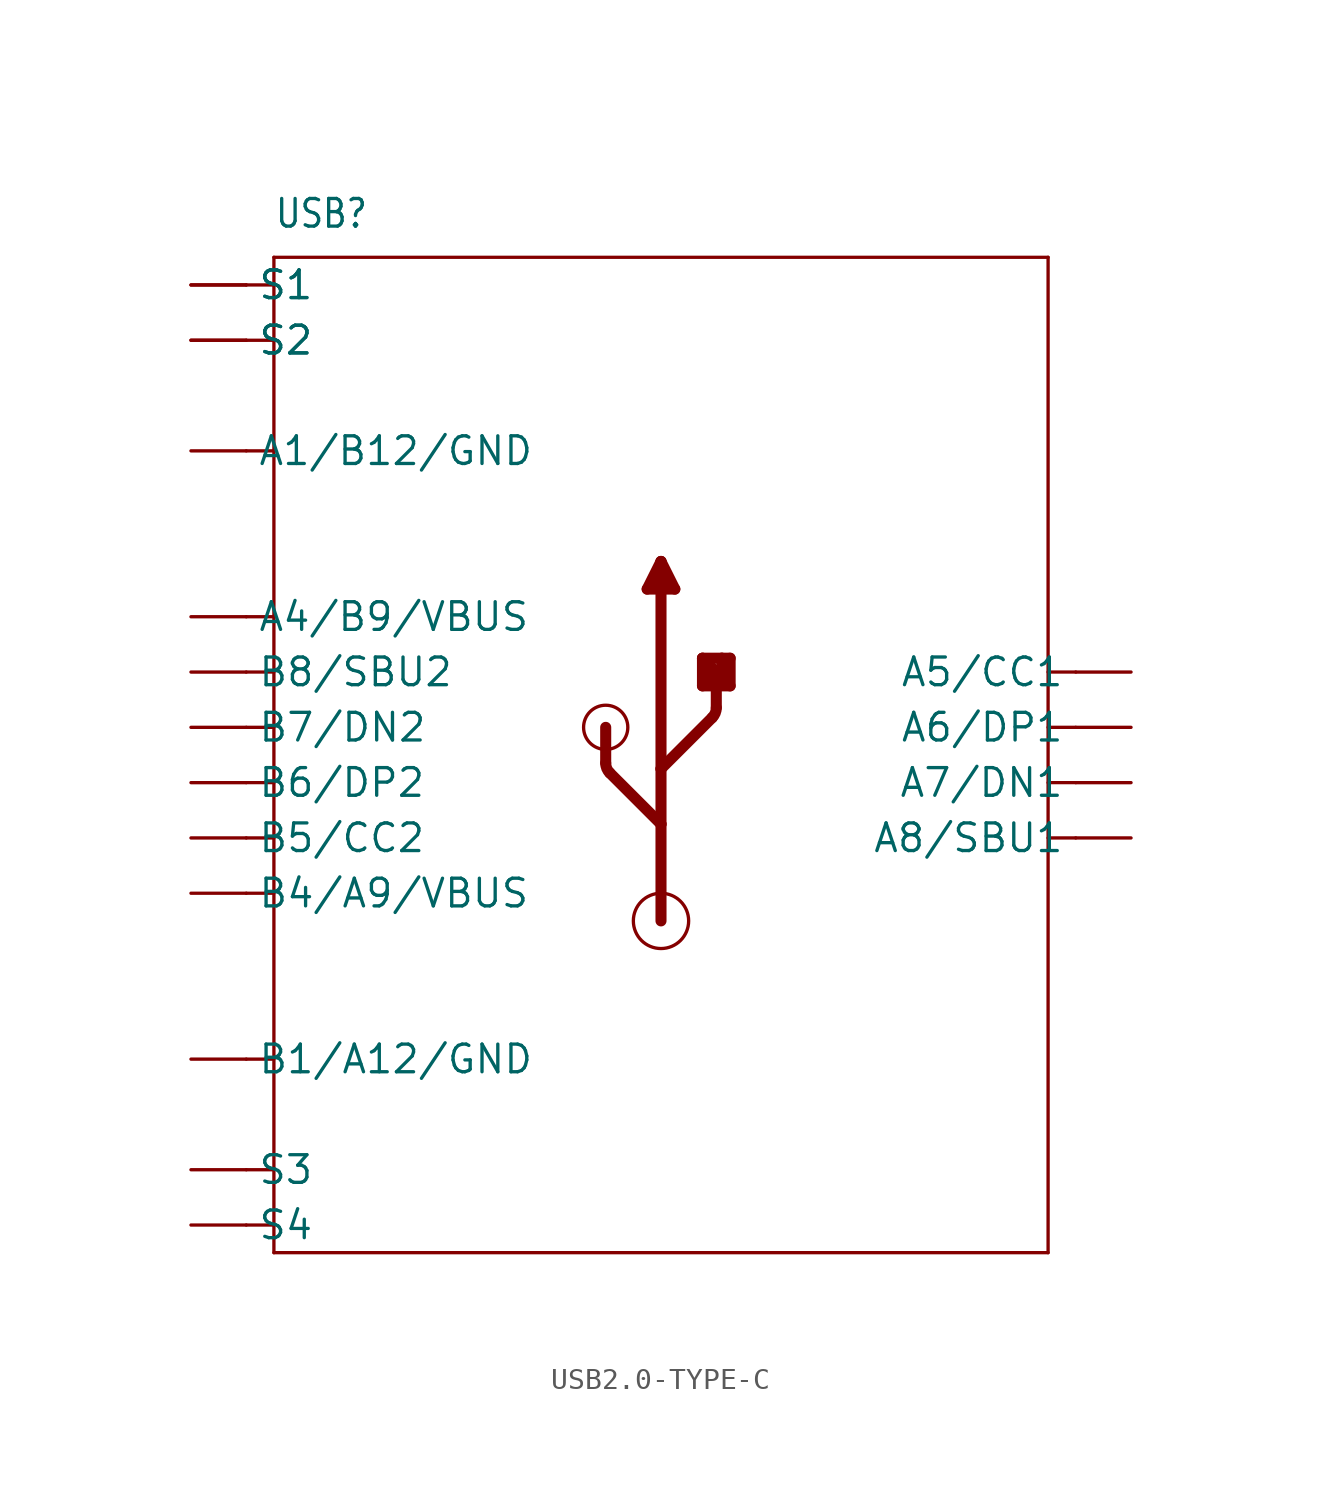
<source format=kicad_sym>
(kicad_symbol_lib
  (version 20220914)
  (generator kicad_symbol_editor)
  (symbol "USB2.0-TYPE-C"
    (property "Reference" "USB"
      (at -17.78 24.13 0)
      (effects (font (size 1.27 1.079)) (justify left bottom)))
    (property "Value" ""
      (at -17.78 22.86 0)
      (effects (font (size 1.27 1.079)) (justify left bottom)))
    (property "ki_locked" ""
      (at 0 0 0)
      (effects (font (size 1.27 1.27))))
    (symbol "USB2.0-TYPE-C_1_0"
      (arc (start -2.5401 -0.3719) (mid -2.4917 -0.6149) (end -2.354 -0.8209) (stroke (width 0.508) (type solid)) (fill (type none)))
      (circle (center -2.54 1.27) (radius 1.016) (stroke (width 0) (type solid)) (fill (type none)))
      (circle (center 0 -7.62) (radius 1.27) (stroke (width 0) (type solid)) (fill (type none)))
      (polyline (pts (xy -19.05 -21.59) (xy -17.78 -21.59)) (stroke (width 0.152) (type solid)) (fill (type none)))
      (polyline (pts (xy -19.05 -19.05) (xy -17.78 -19.05)) (stroke (width 0.152) (type solid)) (fill (type none)))
      (polyline (pts (xy -19.05 -13.97) (xy -17.78 -13.97)) (stroke (width 0.152) (type solid)) (fill (type none)))
      (polyline (pts (xy -19.05 -6.35) (xy -17.78 -6.35)) (stroke (width 0.152) (type solid)) (fill (type none)))
      (polyline (pts (xy -19.05 -3.81) (xy -17.78 -3.81)) (stroke (width 0.152) (type solid)) (fill (type none)))
      (polyline (pts (xy -19.05 -1.27) (xy -17.78 -1.27)) (stroke (width 0.152) (type solid)) (fill (type none)))
      (polyline (pts (xy -19.05 1.27) (xy -17.78 1.27)) (stroke (width 0.152) (type solid)) (fill (type none)))
      (polyline (pts (xy -19.05 3.81) (xy -17.78 3.81)) (stroke (width 0.152) (type solid)) (fill (type none)))
      (polyline (pts (xy -19.05 6.35) (xy -17.78 6.35)) (stroke (width 0.152) (type solid)) (fill (type none)))
      (polyline (pts (xy -19.05 13.97) (xy -17.78 13.97)) (stroke (width 0.152) (type solid)) (fill (type none)))
      (polyline (pts (xy -19.05 19.05) (xy -17.78 19.05)) (stroke (width 0.152) (type solid)) (fill (type none)))
      (polyline (pts (xy -19.05 21.59) (xy -17.78 21.59)) (stroke (width 0.152) (type solid)) (fill (type none)))
      (polyline (pts (xy -17.78 -22.86) (xy -17.78 -21.59)) (stroke (width 0.152) (type solid)) (fill (type none)))
      (polyline (pts (xy -17.78 -21.59) (xy -17.78 -19.05)) (stroke (width 0.152) (type solid)) (fill (type none)))
      (polyline (pts (xy -17.78 -19.05) (xy -17.78 6.35)) (stroke (width 0.152) (type solid)) (fill (type none)))
      (polyline (pts (xy -17.78 6.35) (xy -17.78 13.97)) (stroke (width 0.152) (type solid)) (fill (type none)))
      (polyline (pts (xy -17.78 13.97) (xy -17.78 19.05)) (stroke (width 0.152) (type solid)) (fill (type none)))
      (polyline (pts (xy -17.78 19.05) (xy -17.78 21.59)) (stroke (width 0.152) (type solid)) (fill (type none)))
      (polyline (pts (xy -17.78 21.59) (xy -17.78 22.86)) (stroke (width 0.152) (type solid)) (fill (type none)))
      (polyline (pts (xy -17.78 22.86) (xy 17.78 22.86)) (stroke (width 0.152) (type solid)) (fill (type none)))
      (polyline (pts (xy -2.54 -0.372) (xy -2.54 1.27)) (stroke (width 0.508) (type solid)) (fill (type none)))
      (polyline (pts (xy -0.635 7.62) (xy 0.635 7.62)) (stroke (width 0.508) (type solid)) (fill (type none)))
      (polyline (pts (xy 0 -7.62) (xy 0 -3.175)) (stroke (width 0.508) (type solid)) (fill (type none)))
      (polyline (pts (xy 0 -3.175) (xy -2.354 -0.821)) (stroke (width 0.508) (type solid)) (fill (type none)))
      (polyline (pts (xy 0 -3.175) (xy 0 -0.635)) (stroke (width 0.508) (type solid)) (fill (type none)))
      (polyline (pts (xy 0 -0.635) (xy 0 8.89)) (stroke (width 0.508) (type solid)) (fill (type none)))
      (polyline (pts (xy 0 -0.635) (xy 2.354 1.719)) (stroke (width 0.508) (type solid)) (fill (type none)))
      (polyline (pts (xy 0 8.89) (xy -0.635 7.62)) (stroke (width 0.508) (type solid)) (fill (type none)))
      (polyline (pts (xy 0.635 7.62) (xy 0 8.89)) (stroke (width 0.508) (type solid)) (fill (type none)))
      (polyline (pts (xy 1.905 3.175) (xy 1.905 4.445)) (stroke (width 0.508) (type solid)) (fill (type none)))
      (polyline (pts (xy 1.905 4.445) (xy 2.794 4.445)) (stroke (width 0.508) (type solid)) (fill (type none)))
      (polyline (pts (xy 2.159 3.302) (xy 2.159 3.81)) (stroke (width 0.508) (type solid)) (fill (type none)))
      (polyline (pts (xy 2.54 2.168) (xy 2.54 3.81)) (stroke (width 0.508) (type solid)) (fill (type none)))
      (polyline (pts (xy 2.54 3.81) (xy 1.905 4.445)) (stroke (width 0.508) (type solid)) (fill (type none)))
      (polyline (pts (xy 2.794 3.302) (xy 2.159 3.302)) (stroke (width 0.508) (type solid)) (fill (type none)))
      (polyline (pts (xy 2.794 4.445) (xy 2.794 3.302)) (stroke (width 0.508) (type solid)) (fill (type none)))
      (polyline (pts (xy 2.794 4.445) (xy 3.175 4.445)) (stroke (width 0.508) (type solid)) (fill (type none)))
      (polyline (pts (xy 3.175 3.175) (xy 1.905 3.175)) (stroke (width 0.508) (type solid)) (fill (type none)))
      (polyline (pts (xy 3.175 4.445) (xy 3.175 3.175)) (stroke (width 0.508) (type solid)) (fill (type none)))
      (polyline (pts (xy 17.78 -22.86) (xy -17.78 -22.86)) (stroke (width 0.152) (type solid)) (fill (type none)))
      (polyline (pts (xy 17.78 22.86) (xy 17.78 -22.86)) (stroke (width 0.152) (type solid)) (fill (type none)))
      (polyline (pts (xy 19.05 -3.81) (xy 17.78 -3.81)) (stroke (width 0.152) (type solid)) (fill (type none)))
      (polyline (pts (xy 19.05 -1.27) (xy 17.78 -1.27)) (stroke (width 0.152) (type solid)) (fill (type none)))
      (polyline (pts (xy 19.05 1.27) (xy 17.78 1.27)) (stroke (width 0.152) (type solid)) (fill (type none)))
      (polyline (pts (xy 19.05 3.81) (xy 17.78 3.81)) (stroke (width 0.152) (type solid)) (fill (type none)))
      (arc (start 2.354 1.719) (mid 2.4916 1.925) (end 2.54 2.168) (stroke (width 0.508) (type solid)) (fill (type none)))
      (pin bidirectional line (at -21.59 13.97 0) (length 2.54) (name "A1/B12/GND" (effects (font (size 1.27 1.27)))) (number "A1_B12" (effects (font (size 0 0)))))
      (pin bidirectional line (at -21.59 6.35 0) (length 2.54) (name "A4/B9/VBUS" (effects (font (size 1.27 1.27)))) (number "A4_B9" (effects (font (size 0 0)))))
      (pin bidirectional line (at 21.59 3.81 180) (length 2.54) (name "A5/CC1" (effects (font (size 1.27 1.27)))) (number "A5" (effects (font (size 0 0)))))
      (pin bidirectional line (at 21.59 1.27 180) (length 2.54) (name "A6/DP1" (effects (font (size 1.27 1.27)))) (number "A6" (effects (font (size 0 0)))))
      (pin bidirectional line (at 21.59 -1.27 180) (length 2.54) (name "A7/DN1" (effects (font (size 1.27 1.27)))) (number "A7" (effects (font (size 0 0)))))
      (pin bidirectional line (at 21.59 -3.81 180) (length 2.54) (name "A8/SBU1" (effects (font (size 1.27 1.27)))) (number "A8" (effects (font (size 0 0)))))
      (pin bidirectional line (at -21.59 -13.97 0) (length 2.54) (name "B1/A12/GND" (effects (font (size 1.27 1.27)))) (number "B1_A12" (effects (font (size 0 0)))))
      (pin bidirectional line (at -21.59 -6.35 0) (length 2.54) (name "B4/A9/VBUS" (effects (font (size 1.27 1.27)))) (number "B4_A9" (effects (font (size 0 0)))))
      (pin bidirectional line (at -21.59 -3.81 0) (length 2.54) (name "B5/CC2" (effects (font (size 1.27 1.27)))) (number "B5" (effects (font (size 0 0)))))
      (pin bidirectional line (at -21.59 -1.27 0) (length 2.54) (name "B6/DP2" (effects (font (size 1.27 1.27)))) (number "B6" (effects (font (size 0 0)))))
      (pin bidirectional line (at -21.59 1.27 0) (length 2.54) (name "B7/DN2" (effects (font (size 1.27 1.27)))) (number "B7" (effects (font (size 0 0)))))
      (pin bidirectional line (at -21.59 3.81 0) (length 2.54) (name "B8/SBU2" (effects (font (size 1.27 1.27)))) (number "B8" (effects (font (size 0 0)))))
      (pin bidirectional line (at -21.59 21.59 0) (length 2.54) (name "S1" (effects (font (size 1.27 1.27)))) (number "S1" (effects (font (size 0 0)))))
      (pin bidirectional line (at -21.59 19.05 0) (length 2.54) (name "S2" (effects (font (size 1.27 1.27)))) (number "S2" (effects (font (size 0 0)))))
      (pin bidirectional line (at -21.59 -19.05 0) (length 2.54) (name "S3" (effects (font (size 1.27 1.27)))) (number "S3" (effects (font (size 0 0)))))
      (pin bidirectional line (at -21.59 -21.59 0) (length 2.54) (name "S4" (effects (font (size 1.27 1.27)))) (number "S4" (effects (font (size 0 0)))))
      (pin bidirectional line (at -21.59 21.59 0) (length 2.54) (name "S1" (effects (font (size 1.27 1.27)))) (number "S5" (effects (font (size 0 0)))))
      (pin bidirectional line (at -21.59 19.05 0) (length 2.54) (name "S2" (effects (font (size 1.27 1.27)))) (number "S6" (effects (font (size 0 0))))))))
</source>
